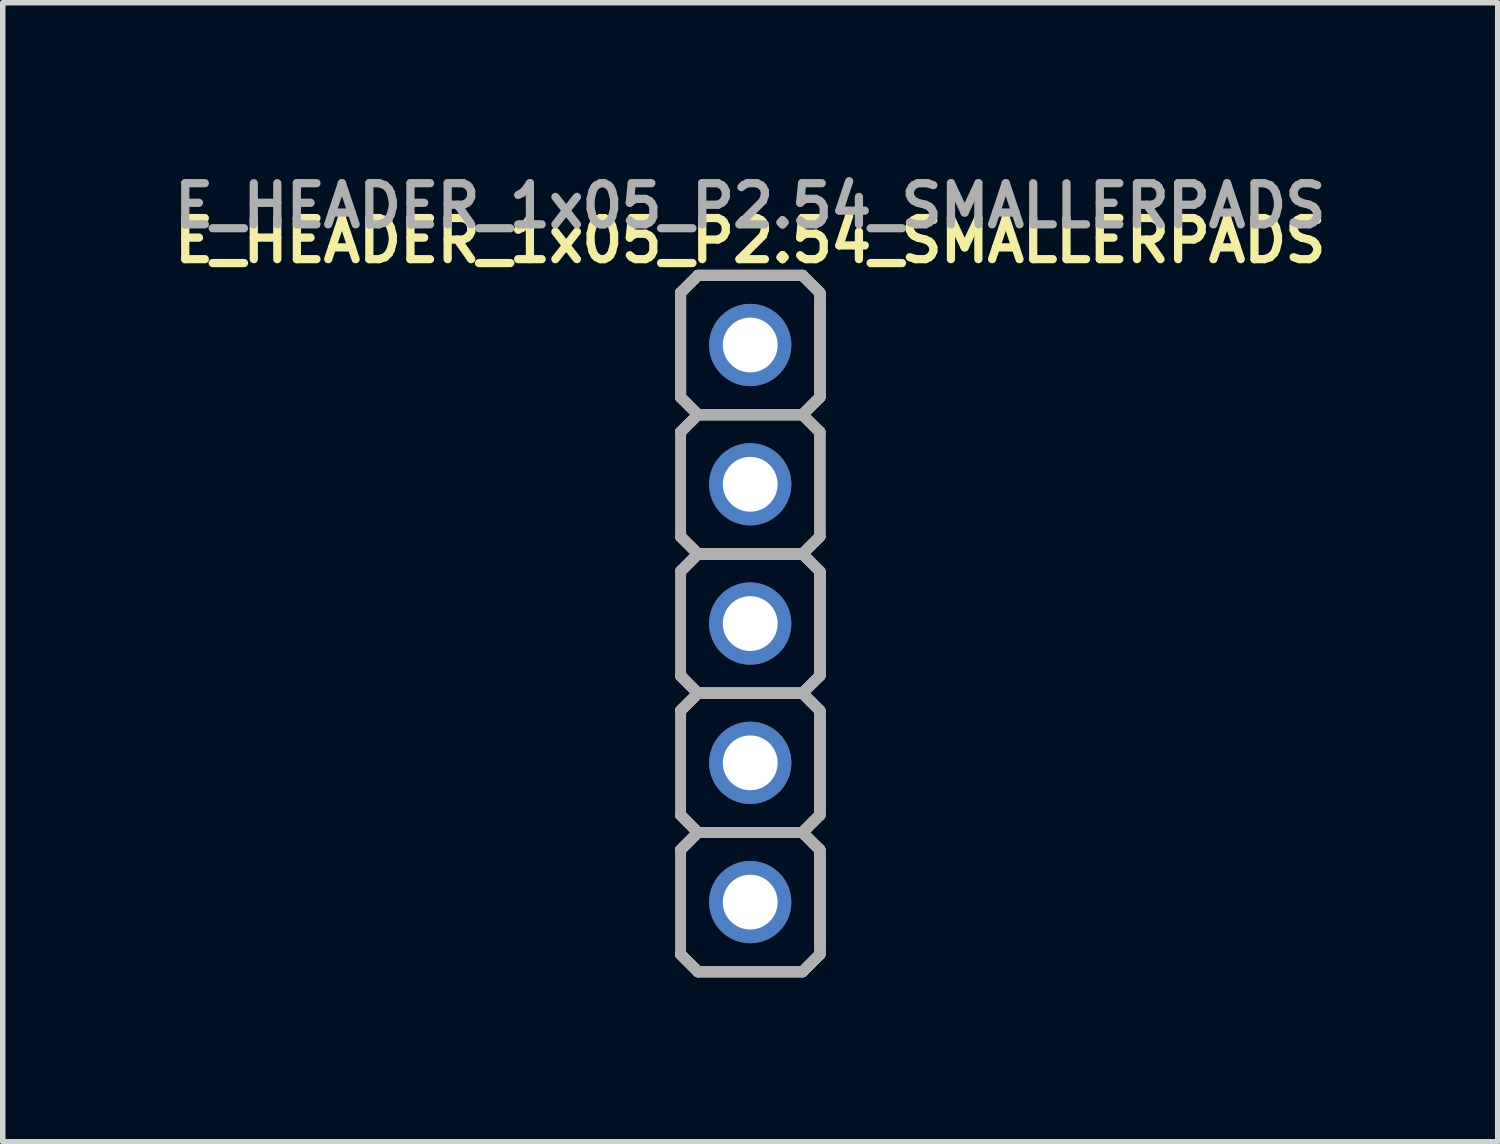
<source format=kicad_pcb>
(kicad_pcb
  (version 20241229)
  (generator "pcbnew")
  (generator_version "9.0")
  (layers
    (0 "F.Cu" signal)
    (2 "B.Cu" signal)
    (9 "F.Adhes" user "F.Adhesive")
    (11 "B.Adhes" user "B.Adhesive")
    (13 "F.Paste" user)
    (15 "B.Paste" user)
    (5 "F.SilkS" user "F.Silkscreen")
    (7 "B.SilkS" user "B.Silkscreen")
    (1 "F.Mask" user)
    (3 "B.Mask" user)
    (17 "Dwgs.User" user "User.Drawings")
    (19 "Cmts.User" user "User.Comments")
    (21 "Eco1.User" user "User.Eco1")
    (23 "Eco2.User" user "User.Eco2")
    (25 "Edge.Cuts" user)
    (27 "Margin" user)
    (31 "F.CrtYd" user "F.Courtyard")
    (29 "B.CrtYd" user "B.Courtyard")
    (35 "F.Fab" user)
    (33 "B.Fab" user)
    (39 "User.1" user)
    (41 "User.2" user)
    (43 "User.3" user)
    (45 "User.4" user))
  (footprint "E_HEADER_1x05_P2.54_SMALLERPADS"
    (layer "F.Cu")
    (at 10.632 3.242)
    (property "Reference" "E_HEADER_1x05_P2.54_SMALLERPADS" (at 0 -1.905 0) (layer "F.SilkS") (effects (font (size 0.75 0.75) (thickness 0.15))))
    (attr through_hole)
    (fp_line (start -1.27 -0.953) (end -1.27 -0.953) (stroke (width 0.2) (type solid)) (layer "F.Fab"))
    (fp_line (start -1.27 -0.953) (end -1.27 -0.953) (stroke (width 0.2) (type solid)) (layer "F.Fab"))
    (fp_line (start -1.27 0.953) (end -1.27 -0.953) (stroke (width 0.2) (type solid)) (layer "F.Fab"))
    (fp_line (start -1.27 0.953) (end -1.27 -0.953) (stroke (width 0.2) (type solid)) (layer "F.Fab"))
    (fp_line (start -1.27 0.953) (end -1.27 -0.953) (stroke (width 0.2) (type solid)) (layer "F.Fab"))
    (fp_line (start -1.27 0.953) (end -1.27 -0.953) (stroke (width 0.2) (type solid)) (layer "F.Fab"))
    (fp_line (start -1.27 0.953) (end -1.27 0.953) (stroke (width 0.2) (type solid)) (layer "F.Fab"))
    (fp_line (start -1.27 0.953) (end -1.27 0.953) (stroke (width 0.2) (type solid)) (layer "F.Fab"))
    (fp_line (start -1.27 3.493) (end -1.27 1.587) (stroke (width 0.2) (type solid)) (layer "F.Fab"))
    (fp_line (start -1.27 6.032) (end -1.27 4.128) (stroke (width 0.2) (type solid)) (layer "F.Fab"))
    (fp_line (start -1.27 8.572) (end -1.27 6.668) (stroke (width 0.2) (type solid)) (layer "F.Fab"))
    (fp_line (start -1.27 11.113) (end -1.27 9.207) (stroke (width 0.2) (type solid)) (layer "F.Fab"))
    (fp_line (start -0.953 -1.27) (end -1.27 -0.953) (stroke (width 0.2) (type solid)) (layer "F.Fab"))
    (fp_line (start -0.953 -1.27) (end -1.27 -0.953) (stroke (width 0.2) (type solid)) (layer "F.Fab"))
    (fp_line (start -0.953 -1.27) (end -1.27 -0.953) (stroke (width 0.2) (type solid)) (layer "F.Fab"))
    (fp_line (start -0.953 -1.27) (end -1.27 -0.953) (stroke (width 0.2) (type solid)) (layer "F.Fab"))
    (fp_line (start -0.953 -1.27) (end -0.953 -1.27) (stroke (width 0.2) (type solid)) (layer "F.Fab"))
    (fp_line (start -0.953 -1.27) (end -0.953 -1.27) (stroke (width 0.2) (type solid)) (layer "F.Fab"))
    (fp_line (start -0.953 -1.27) (end 0.953 -1.27) (stroke (width 0.2) (type solid)) (layer "F.Fab"))
    (fp_line (start -0.953 -1.27) (end 0.953 -1.27) (stroke (width 0.2) (type solid)) (layer "F.Fab"))
    (fp_line (start -0.953 -1.27) (end 0.953 -1.27) (stroke (width 0.2) (type solid)) (layer "F.Fab"))
    (fp_line (start -0.953 -1.27) (end 0.953 -1.27) (stroke (width 0.2) (type solid)) (layer "F.Fab"))
    (fp_line (start -0.953 1.27) (end -1.27 0.953) (stroke (width 0.2) (type solid)) (layer "F.Fab"))
    (fp_line (start -0.953 1.27) (end -1.27 0.953) (stroke (width 0.2) (type solid)) (layer "F.Fab"))
    (fp_line (start -0.953 1.27) (end -1.27 0.953) (stroke (width 0.2) (type solid)) (layer "F.Fab"))
    (fp_line (start -0.953 1.27) (end -1.27 0.953) (stroke (width 0.2) (type solid)) (layer "F.Fab"))
    (fp_line (start -0.953 1.27) (end -1.27 1.587) (stroke (width 0.2) (type solid)) (layer "F.Fab"))
    (fp_line (start -0.953 1.27) (end -1.27 1.587) (stroke (width 0.2) (type solid)) (layer "F.Fab"))
    (fp_line (start -0.953 1.27) (end -1.27 1.587) (stroke (width 0.2) (type solid)) (layer "F.Fab"))
    (fp_line (start -0.953 1.27) (end -1.27 1.587) (stroke (width 0.2) (type solid)) (layer "F.Fab"))
    (fp_line (start -0.953 1.27) (end -0.953 1.27) (stroke (width 0.2) (type solid)) (layer "F.Fab"))
    (fp_line (start -0.953 1.27) (end -0.953 1.27) (stroke (width 0.2) (type solid)) (layer "F.Fab"))
    (fp_line (start -0.953 1.27) (end -0.953 1.27) (stroke (width 0.2) (type solid)) (layer "F.Fab"))
    (fp_line (start -0.953 1.27) (end -0.953 1.27) (stroke (width 0.2) (type solid)) (layer "F.Fab"))
    (fp_line (start -0.953 1.27) (end 0.953 1.27) (stroke (width 0.2) (type solid)) (layer "F.Fab"))
    (fp_line (start -0.953 1.27) (end 0.953 1.27) (stroke (width 0.2) (type solid)) (layer "F.Fab"))
    (fp_line (start -0.953 1.27) (end 0.953 1.27) (stroke (width 0.2) (type solid)) (layer "F.Fab"))
    (fp_line (start -0.953 1.27) (end 0.953 1.27) (stroke (width 0.2) (type solid)) (layer "F.Fab"))
    (fp_line (start -0.953 3.81) (end -1.27 3.493) (stroke (width 0.2) (type solid)) (layer "F.Fab"))
    (fp_line (start -0.953 3.81) (end -1.27 3.493) (stroke (width 0.2) (type solid)) (layer "F.Fab"))
    (fp_line (start -0.953 3.81) (end -1.27 3.493) (stroke (width 0.2) (type solid)) (layer "F.Fab"))
    (fp_line (start -0.953 3.81) (end -1.27 3.493) (stroke (width 0.2) (type solid)) (layer "F.Fab"))
    (fp_line (start -0.953 3.81) (end -1.27 4.128) (stroke (width 0.2) (type solid)) (layer "F.Fab"))
    (fp_line (start -0.953 3.81) (end -1.27 4.128) (stroke (width 0.2) (type solid)) (layer "F.Fab"))
    (fp_line (start -0.953 3.81) (end -1.27 4.128) (stroke (width 0.2) (type solid)) (layer "F.Fab"))
    (fp_line (start -0.953 3.81) (end -1.27 4.128) (stroke (width 0.2) (type solid)) (layer "F.Fab"))
    (fp_line (start -0.953 3.81) (end -0.953 3.81) (stroke (width 0.2) (type solid)) (layer "F.Fab"))
    (fp_line (start -0.953 3.81) (end -0.953 3.81) (stroke (width 0.2) (type solid)) (layer "F.Fab"))
    (fp_line (start -0.953 3.81) (end -0.953 3.81) (stroke (width 0.2) (type solid)) (layer "F.Fab"))
    (fp_line (start -0.953 3.81) (end -0.953 3.81) (stroke (width 0.2) (type solid)) (layer "F.Fab"))
    (fp_line (start -0.953 3.81) (end 0.953 3.81) (stroke (width 0.2) (type solid)) (layer "F.Fab"))
    (fp_line (start -0.953 3.81) (end 0.953 3.81) (stroke (width 0.2) (type solid)) (layer "F.Fab"))
    (fp_line (start -0.953 3.81) (end 0.953 3.81) (stroke (width 0.2) (type solid)) (layer "F.Fab"))
    (fp_line (start -0.953 3.81) (end 0.953 3.81) (stroke (width 0.2) (type solid)) (layer "F.Fab"))
    (fp_line (start -0.953 6.35) (end -1.27 6.032) (stroke (width 0.2) (type solid)) (layer "F.Fab"))
    (fp_line (start -0.953 6.35) (end -1.27 6.032) (stroke (width 0.2) (type solid)) (layer "F.Fab"))
    (fp_line (start -0.953 6.35) (end -1.27 6.032) (stroke (width 0.2) (type solid)) (layer "F.Fab"))
    (fp_line (start -0.953 6.35) (end -1.27 6.032) (stroke (width 0.2) (type solid)) (layer "F.Fab"))
    (fp_line (start -0.953 6.35) (end -1.27 6.668) (stroke (width 0.2) (type solid)) (layer "F.Fab"))
    (fp_line (start -0.953 6.35) (end -1.27 6.668) (stroke (width 0.2) (type solid)) (layer "F.Fab"))
    (fp_line (start -0.953 6.35) (end -1.27 6.668) (stroke (width 0.2) (type solid)) (layer "F.Fab"))
    (fp_line (start -0.953 6.35) (end -1.27 6.668) (stroke (width 0.2) (type solid)) (layer "F.Fab"))
    (fp_line (start -0.953 6.35) (end -0.953 6.35) (stroke (width 0.2) (type solid)) (layer "F.Fab"))
    (fp_line (start -0.953 6.35) (end -0.953 6.35) (stroke (width 0.2) (type solid)) (layer "F.Fab"))
    (fp_line (start -0.953 6.35) (end -0.953 6.35) (stroke (width 0.2) (type solid)) (layer "F.Fab"))
    (fp_line (start -0.953 6.35) (end -0.953 6.35) (stroke (width 0.2) (type solid)) (layer "F.Fab"))
    (fp_line (start -0.953 6.35) (end 0.953 6.35) (stroke (width 0.2) (type solid)) (layer "F.Fab"))
    (fp_line (start -0.953 6.35) (end 0.953 6.35) (stroke (width 0.2) (type solid)) (layer "F.Fab"))
    (fp_line (start -0.953 6.35) (end 0.953 6.35) (stroke (width 0.2) (type solid)) (layer "F.Fab"))
    (fp_line (start -0.953 6.35) (end 0.953 6.35) (stroke (width 0.2) (type solid)) (layer "F.Fab"))
    (fp_line (start -0.953 8.89) (end -1.27 8.572) (stroke (width 0.2) (type solid)) (layer "F.Fab"))
    (fp_line (start -0.953 8.89) (end -1.27 8.572) (stroke (width 0.2) (type solid)) (layer "F.Fab"))
    (fp_line (start -0.953 8.89) (end -1.27 8.572) (stroke (width 0.2) (type solid)) (layer "F.Fab"))
    (fp_line (start -0.953 8.89) (end -1.27 8.572) (stroke (width 0.2) (type solid)) (layer "F.Fab"))
    (fp_line (start -0.953 8.89) (end -1.27 9.207) (stroke (width 0.2) (type solid)) (layer "F.Fab"))
    (fp_line (start -0.953 8.89) (end -1.27 9.207) (stroke (width 0.2) (type solid)) (layer "F.Fab"))
    (fp_line (start -0.953 8.89) (end -1.27 9.207) (stroke (width 0.2) (type solid)) (layer "F.Fab"))
    (fp_line (start -0.953 8.89) (end -1.27 9.207) (stroke (width 0.2) (type solid)) (layer "F.Fab"))
    (fp_line (start -0.953 8.89) (end -0.953 8.89) (stroke (width 0.2) (type solid)) (layer "F.Fab"))
    (fp_line (start -0.953 8.89) (end -0.953 8.89) (stroke (width 0.2) (type solid)) (layer "F.Fab"))
    (fp_line (start -0.953 8.89) (end -0.953 8.89) (stroke (width 0.2) (type solid)) (layer "F.Fab"))
    (fp_line (start -0.953 8.89) (end -0.953 8.89) (stroke (width 0.2) (type solid)) (layer "F.Fab"))
    (fp_line (start -0.953 8.89) (end 0.953 8.89) (stroke (width 0.2) (type solid)) (layer "F.Fab"))
    (fp_line (start -0.953 8.89) (end 0.953 8.89) (stroke (width 0.2) (type solid)) (layer "F.Fab"))
    (fp_line (start -0.953 8.89) (end 0.953 8.89) (stroke (width 0.2) (type solid)) (layer "F.Fab"))
    (fp_line (start -0.953 8.89) (end 0.953 8.89) (stroke (width 0.2) (type solid)) (layer "F.Fab"))
    (fp_line (start -0.953 11.43) (end -1.27 11.113) (stroke (width 0.2) (type solid)) (layer "F.Fab"))
    (fp_line (start -0.953 11.43) (end -1.27 11.113) (stroke (width 0.2) (type solid)) (layer "F.Fab"))
    (fp_line (start -0.953 11.43) (end -1.27 11.113) (stroke (width 0.2) (type solid)) (layer "F.Fab"))
    (fp_line (start -0.953 11.43) (end -1.27 11.113) (stroke (width 0.2) (type solid)) (layer "F.Fab"))
    (fp_line (start -0.953 11.43) (end -0.953 11.43) (stroke (width 0.2) (type solid)) (layer "F.Fab"))
    (fp_line (start -0.953 11.43) (end -0.953 11.43) (stroke (width 0.2) (type solid)) (layer "F.Fab"))
    (fp_line (start 0.953 -1.27) (end 0.953 -1.27) (stroke (width 0.2) (type solid)) (layer "F.Fab"))
    (fp_line (start 0.953 -1.27) (end 0.953 -1.27) (stroke (width 0.2) (type solid)) (layer "F.Fab"))
    (fp_line (start 0.953 -1.27) (end 1.27 -0.953) (stroke (width 0.2) (type solid)) (layer "F.Fab"))
    (fp_line (start 0.953 -1.27) (end 1.27 -0.953) (stroke (width 0.2) (type solid)) (layer "F.Fab"))
    (fp_line (start 0.953 -1.27) (end 1.27 -0.953) (stroke (width 0.2) (type solid)) (layer "F.Fab"))
    (fp_line (start 0.953 -1.27) (end 1.27 -0.953) (stroke (width 0.2) (type solid)) (layer "F.Fab"))
    (fp_line (start 0.953 1.27) (end -0.953 1.27) (stroke (width 0.2) (type solid)) (layer "F.Fab"))
    (fp_line (start 0.953 1.27) (end -0.953 1.27) (stroke (width 0.2) (type solid)) (layer "F.Fab"))
    (fp_line (start 0.953 1.27) (end -0.953 1.27) (stroke (width 0.2) (type solid)) (layer "F.Fab"))
    (fp_line (start 0.953 1.27) (end -0.953 1.27) (stroke (width 0.2) (type solid)) (layer "F.Fab"))
    (fp_line (start 0.953 1.27) (end 0.953 1.27) (stroke (width 0.2) (type solid)) (layer "F.Fab"))
    (fp_line (start 0.953 1.27) (end 0.953 1.27) (stroke (width 0.2) (type solid)) (layer "F.Fab"))
    (fp_line (start 0.953 1.27) (end 0.953 1.27) (stroke (width 0.2) (type solid)) (layer "F.Fab"))
    (fp_line (start 0.953 1.27) (end 0.953 1.27) (stroke (width 0.2) (type solid)) (layer "F.Fab"))
    (fp_line (start 0.953 1.27) (end 1.27 1.587) (stroke (width 0.2) (type solid)) (layer "F.Fab"))
    (fp_line (start 0.953 1.27) (end 1.27 1.587) (stroke (width 0.2) (type solid)) (layer "F.Fab"))
    (fp_line (start 0.953 1.27) (end 1.27 1.587) (stroke (width 0.2) (type solid)) (layer "F.Fab"))
    (fp_line (start 0.953 1.27) (end 1.27 1.587) (stroke (width 0.2) (type solid)) (layer "F.Fab"))
    (fp_line (start 0.953 3.81) (end -0.953 3.81) (stroke (width 0.2) (type solid)) (layer "F.Fab"))
    (fp_line (start 0.953 3.81) (end -0.953 3.81) (stroke (width 0.2) (type solid)) (layer "F.Fab"))
    (fp_line (start 0.953 3.81) (end -0.953 3.81) (stroke (width 0.2) (type solid)) (layer "F.Fab"))
    (fp_line (start 0.953 3.81) (end -0.953 3.81) (stroke (width 0.2) (type solid)) (layer "F.Fab"))
    (fp_line (start 0.953 3.81) (end 0.953 3.81) (stroke (width 0.2) (type solid)) (layer "F.Fab"))
    (fp_line (start 0.953 3.81) (end 0.953 3.81) (stroke (width 0.2) (type solid)) (layer "F.Fab"))
    (fp_line (start 0.953 3.81) (end 0.953 3.81) (stroke (width 0.2) (type solid)) (layer "F.Fab"))
    (fp_line (start 0.953 3.81) (end 0.953 3.81) (stroke (width 0.2) (type solid)) (layer "F.Fab"))
    (fp_line (start 0.953 3.81) (end 1.27 4.128) (stroke (width 0.2) (type solid)) (layer "F.Fab"))
    (fp_line (start 0.953 3.81) (end 1.27 4.128) (stroke (width 0.2) (type solid)) (layer "F.Fab"))
    (fp_line (start 0.953 3.81) (end 1.27 4.128) (stroke (width 0.2) (type solid)) (layer "F.Fab"))
    (fp_line (start 0.953 3.81) (end 1.27 4.128) (stroke (width 0.2) (type solid)) (layer "F.Fab"))
    (fp_line (start 0.953 6.35) (end -0.953 6.35) (stroke (width 0.2) (type solid)) (layer "F.Fab"))
    (fp_line (start 0.953 6.35) (end -0.953 6.35) (stroke (width 0.2) (type solid)) (layer "F.Fab"))
    (fp_line (start 0.953 6.35) (end -0.953 6.35) (stroke (width 0.2) (type solid)) (layer "F.Fab"))
    (fp_line (start 0.953 6.35) (end -0.953 6.35) (stroke (width 0.2) (type solid)) (layer "F.Fab"))
    (fp_line (start 0.953 6.35) (end 0.953 6.35) (stroke (width 0.2) (type solid)) (layer "F.Fab"))
    (fp_line (start 0.953 6.35) (end 0.953 6.35) (stroke (width 0.2) (type solid)) (layer "F.Fab"))
    (fp_line (start 0.953 6.35) (end 0.953 6.35) (stroke (width 0.2) (type solid)) (layer "F.Fab"))
    (fp_line (start 0.953 6.35) (end 0.953 6.35) (stroke (width 0.2) (type solid)) (layer "F.Fab"))
    (fp_line (start 0.953 6.35) (end 1.27 6.668) (stroke (width 0.2) (type solid)) (layer "F.Fab"))
    (fp_line (start 0.953 6.35) (end 1.27 6.668) (stroke (width 0.2) (type solid)) (layer "F.Fab"))
    (fp_line (start 0.953 6.35) (end 1.27 6.668) (stroke (width 0.2) (type solid)) (layer "F.Fab"))
    (fp_line (start 0.953 6.35) (end 1.27 6.668) (stroke (width 0.2) (type solid)) (layer "F.Fab"))
    (fp_line (start 0.953 8.89) (end -0.953 8.89) (stroke (width 0.2) (type solid)) (layer "F.Fab"))
    (fp_line (start 0.953 8.89) (end -0.953 8.89) (stroke (width 0.2) (type solid)) (layer "F.Fab"))
    (fp_line (start 0.953 8.89) (end -0.953 8.89) (stroke (width 0.2) (type solid)) (layer "F.Fab"))
    (fp_line (start 0.953 8.89) (end -0.953 8.89) (stroke (width 0.2) (type solid)) (layer "F.Fab"))
    (fp_line (start 0.953 8.89) (end 0.953 8.89) (stroke (width 0.2) (type solid)) (layer "F.Fab"))
    (fp_line (start 0.953 8.89) (end 0.953 8.89) (stroke (width 0.2) (type solid)) (layer "F.Fab"))
    (fp_line (start 0.953 8.89) (end 0.953 8.89) (stroke (width 0.2) (type solid)) (layer "F.Fab"))
    (fp_line (start 0.953 8.89) (end 0.953 8.89) (stroke (width 0.2) (type solid)) (layer "F.Fab"))
    (fp_line (start 0.953 8.89) (end 1.27 9.207) (stroke (width 0.2) (type solid)) (layer "F.Fab"))
    (fp_line (start 0.953 8.89) (end 1.27 9.207) (stroke (width 0.2) (type solid)) (layer "F.Fab"))
    (fp_line (start 0.953 8.89) (end 1.27 9.207) (stroke (width 0.2) (type solid)) (layer "F.Fab"))
    (fp_line (start 0.953 8.89) (end 1.27 9.207) (stroke (width 0.2) (type solid)) (layer "F.Fab"))
    (fp_line (start 0.953 11.43) (end -0.953 11.43) (stroke (width 0.2) (type solid)) (layer "F.Fab"))
    (fp_line (start 0.953 11.43) (end -0.953 11.43) (stroke (width 0.2) (type solid)) (layer "F.Fab"))
    (fp_line (start 0.953 11.43) (end -0.953 11.43) (stroke (width 0.2) (type solid)) (layer "F.Fab"))
    (fp_line (start 0.953 11.43) (end -0.953 11.43) (stroke (width 0.2) (type solid)) (layer "F.Fab"))
    (fp_line (start 0.953 11.43) (end 0.953 11.43) (stroke (width 0.2) (type solid)) (layer "F.Fab"))
    (fp_line (start 0.953 11.43) (end 0.953 11.43) (stroke (width 0.2) (type solid)) (layer "F.Fab"))
    (fp_line (start 1.27 -0.953) (end 1.27 -0.953) (stroke (width 0.2) (type solid)) (layer "F.Fab"))
    (fp_line (start 1.27 -0.953) (end 1.27 -0.953) (stroke (width 0.2) (type solid)) (layer "F.Fab"))
    (fp_line (start 1.27 -0.953) (end 1.27 -0.953) (stroke (width 0.2) (type solid)) (layer "F.Fab"))
    (fp_line (start 1.27 -0.953) (end 1.27 -0.953) (stroke (width 0.2) (type solid)) (layer "F.Fab"))
    (fp_line (start 1.27 -0.953) (end 1.27 0.953) (stroke (width 0.2) (type solid)) (layer "F.Fab"))
    (fp_line (start 1.27 -0.953) (end 1.27 0.953) (stroke (width 0.2) (type solid)) (layer "F.Fab"))
    (fp_line (start 1.27 -0.953) (end 1.27 0.953) (stroke (width 0.2) (type solid)) (layer "F.Fab"))
    (fp_line (start 1.27 -0.953) (end 1.27 0.953) (stroke (width 0.2) (type solid)) (layer "F.Fab"))
    (fp_line (start 1.27 0.953) (end 0.953 1.27) (stroke (width 0.2) (type solid)) (layer "F.Fab"))
    (fp_line (start 1.27 0.953) (end 0.953 1.27) (stroke (width 0.2) (type solid)) (layer "F.Fab"))
    (fp_line (start 1.27 0.953) (end 0.953 1.27) (stroke (width 0.2) (type solid)) (layer "F.Fab"))
    (fp_line (start 1.27 0.953) (end 0.953 1.27) (stroke (width 0.2) (type solid)) (layer "F.Fab"))
    (fp_line (start 1.27 0.953) (end 1.27 -0.953) (stroke (width 0.2) (type solid)) (layer "F.Fab"))
    (fp_line (start 1.27 0.953) (end 1.27 -0.953) (stroke (width 0.2) (type solid)) (layer "F.Fab"))
    (fp_line (start 1.27 0.953) (end 1.27 -0.953) (stroke (width 0.2) (type solid)) (layer "F.Fab"))
    (fp_line (start 1.27 0.953) (end 1.27 -0.953) (stroke (width 0.2) (type solid)) (layer "F.Fab"))
    (fp_line (start 1.27 0.953) (end 1.27 0.953) (stroke (width 0.2) (type solid)) (layer "F.Fab"))
    (fp_line (start 1.27 0.953) (end 1.27 0.953) (stroke (width 0.2) (type solid)) (layer "F.Fab"))
    (fp_line (start 1.27 0.953) (end 1.27 0.953) (stroke (width 0.2) (type solid)) (layer "F.Fab"))
    (fp_line (start 1.27 0.953) (end 1.27 0.953) (stroke (width 0.2) (type solid)) (layer "F.Fab"))
    (fp_line (start 1.27 1.587) (end 1.27 1.587) (stroke (width 0.2) (type solid)) (layer "F.Fab"))
    (fp_line (start 1.27 1.587) (end 1.27 1.587) (stroke (width 0.2) (type solid)) (layer "F.Fab"))
    (fp_line (start 1.27 1.587) (end 1.27 3.493) (stroke (width 0.2) (type solid)) (layer "F.Fab"))
    (fp_line (start 1.27 1.587) (end 1.27 3.493) (stroke (width 0.2) (type solid)) (layer "F.Fab"))
    (fp_line (start 1.27 1.587) (end 1.27 3.493) (stroke (width 0.2) (type solid)) (layer "F.Fab"))
    (fp_line (start 1.27 1.587) (end 1.27 3.493) (stroke (width 0.2) (type solid)) (layer "F.Fab"))
    (fp_line (start 1.27 3.493) (end 0.953 3.81) (stroke (width 0.2) (type solid)) (layer "F.Fab"))
    (fp_line (start 1.27 3.493) (end 0.953 3.81) (stroke (width 0.2) (type solid)) (layer "F.Fab"))
    (fp_line (start 1.27 3.493) (end 0.953 3.81) (stroke (width 0.2) (type solid)) (layer "F.Fab"))
    (fp_line (start 1.27 3.493) (end 0.953 3.81) (stroke (width 0.2) (type solid)) (layer "F.Fab"))
    (fp_line (start 1.27 3.493) (end 1.27 3.493) (stroke (width 0.2) (type solid)) (layer "F.Fab"))
    (fp_line (start 1.27 3.493) (end 1.27 3.493) (stroke (width 0.2) (type solid)) (layer "F.Fab"))
    (fp_line (start 1.27 4.128) (end 1.27 4.128) (stroke (width 0.2) (type solid)) (layer "F.Fab"))
    (fp_line (start 1.27 4.128) (end 1.27 4.128) (stroke (width 0.2) (type solid)) (layer "F.Fab"))
    (fp_line (start 1.27 4.128) (end 1.27 4.128) (stroke (width 0.2) (type solid)) (layer "F.Fab"))
    (fp_line (start 1.27 4.128) (end 1.27 4.128) (stroke (width 0.2) (type solid)) (layer "F.Fab"))
    (fp_line (start 1.27 4.128) (end 1.27 6.032) (stroke (width 0.2) (type solid)) (layer "F.Fab"))
    (fp_line (start 1.27 4.128) (end 1.27 6.032) (stroke (width 0.2) (type solid)) (layer "F.Fab"))
    (fp_line (start 1.27 4.128) (end 1.27 6.032) (stroke (width 0.2) (type solid)) (layer "F.Fab"))
    (fp_line (start 1.27 4.128) (end 1.27 6.032) (stroke (width 0.2) (type solid)) (layer "F.Fab"))
    (fp_line (start 1.27 6.032) (end 0.953 6.35) (stroke (width 0.2) (type solid)) (layer "F.Fab"))
    (fp_line (start 1.27 6.032) (end 0.953 6.35) (stroke (width 0.2) (type solid)) (layer "F.Fab"))
    (fp_line (start 1.27 6.032) (end 0.953 6.35) (stroke (width 0.2) (type solid)) (layer "F.Fab"))
    (fp_line (start 1.27 6.032) (end 0.953 6.35) (stroke (width 0.2) (type solid)) (layer "F.Fab"))
    (fp_line (start 1.27 6.032) (end 1.27 4.128) (stroke (width 0.2) (type solid)) (layer "F.Fab"))
    (fp_line (start 1.27 6.032) (end 1.27 4.128) (stroke (width 0.2) (type solid)) (layer "F.Fab"))
    (fp_line (start 1.27 6.032) (end 1.27 4.128) (stroke (width 0.2) (type solid)) (layer "F.Fab"))
    (fp_line (start 1.27 6.032) (end 1.27 4.128) (stroke (width 0.2) (type solid)) (layer "F.Fab"))
    (fp_line (start 1.27 6.032) (end 1.27 6.032) (stroke (width 0.2) (type solid)) (layer "F.Fab"))
    (fp_line (start 1.27 6.032) (end 1.27 6.032) (stroke (width 0.2) (type solid)) (layer "F.Fab"))
    (fp_line (start 1.27 6.032) (end 1.27 6.032) (stroke (width 0.2) (type solid)) (layer "F.Fab"))
    (fp_line (start 1.27 6.032) (end 1.27 6.032) (stroke (width 0.2) (type solid)) (layer "F.Fab"))
    (fp_line (start 1.27 6.668) (end 1.27 6.668) (stroke (width 0.2) (type solid)) (layer "F.Fab"))
    (fp_line (start 1.27 6.668) (end 1.27 6.668) (stroke (width 0.2) (type solid)) (layer "F.Fab"))
    (fp_line (start 1.27 6.668) (end 1.27 6.668) (stroke (width 0.2) (type solid)) (layer "F.Fab"))
    (fp_line (start 1.27 6.668) (end 1.27 6.668) (stroke (width 0.2) (type solid)) (layer "F.Fab"))
    (fp_line (start 1.27 6.668) (end 1.27 8.572) (stroke (width 0.2) (type solid)) (layer "F.Fab"))
    (fp_line (start 1.27 6.668) (end 1.27 8.572) (stroke (width 0.2) (type solid)) (layer "F.Fab"))
    (fp_line (start 1.27 6.668) (end 1.27 8.572) (stroke (width 0.2) (type solid)) (layer "F.Fab"))
    (fp_line (start 1.27 6.668) (end 1.27 8.572) (stroke (width 0.2) (type solid)) (layer "F.Fab"))
    (fp_line (start 1.27 8.572) (end 0.953 8.89) (stroke (width 0.2) (type solid)) (layer "F.Fab"))
    (fp_line (start 1.27 8.572) (end 0.953 8.89) (stroke (width 0.2) (type solid)) (layer "F.Fab"))
    (fp_line (start 1.27 8.572) (end 0.953 8.89) (stroke (width 0.2) (type solid)) (layer "F.Fab"))
    (fp_line (start 1.27 8.572) (end 0.953 8.89) (stroke (width 0.2) (type solid)) (layer "F.Fab"))
    (fp_line (start 1.27 8.572) (end 1.27 6.668) (stroke (width 0.2) (type solid)) (layer "F.Fab"))
    (fp_line (start 1.27 8.572) (end 1.27 6.668) (stroke (width 0.2) (type solid)) (layer "F.Fab"))
    (fp_line (start 1.27 8.572) (end 1.27 6.668) (stroke (width 0.2) (type solid)) (layer "F.Fab"))
    (fp_line (start 1.27 8.572) (end 1.27 6.668) (stroke (width 0.2) (type solid)) (layer "F.Fab"))
    (fp_line (start 1.27 8.572) (end 1.27 8.572) (stroke (width 0.2) (type solid)) (layer "F.Fab"))
    (fp_line (start 1.27 8.572) (end 1.27 8.572) (stroke (width 0.2) (type solid)) (layer "F.Fab"))
    (fp_line (start 1.27 8.572) (end 1.27 8.572) (stroke (width 0.2) (type solid)) (layer "F.Fab"))
    (fp_line (start 1.27 8.572) (end 1.27 8.572) (stroke (width 0.2) (type solid)) (layer "F.Fab"))
    (fp_line (start 1.27 9.207) (end 1.27 9.207) (stroke (width 0.2) (type solid)) (layer "F.Fab"))
    (fp_line (start 1.27 9.207) (end 1.27 9.207) (stroke (width 0.2) (type solid)) (layer "F.Fab"))
    (fp_line (start 1.27 9.207) (end 1.27 9.207) (stroke (width 0.2) (type solid)) (layer "F.Fab"))
    (fp_line (start 1.27 9.207) (end 1.27 9.207) (stroke (width 0.2) (type solid)) (layer "F.Fab"))
    (fp_line (start 1.27 9.207) (end 1.27 11.113) (stroke (width 0.2) (type solid)) (layer "F.Fab"))
    (fp_line (start 1.27 9.207) (end 1.27 11.113) (stroke (width 0.2) (type solid)) (layer "F.Fab"))
    (fp_line (start 1.27 9.207) (end 1.27 11.113) (stroke (width 0.2) (type solid)) (layer "F.Fab"))
    (fp_line (start 1.27 9.207) (end 1.27 11.113) (stroke (width 0.2) (type solid)) (layer "F.Fab"))
    (fp_line (start 1.27 11.113) (end 0.953 11.43) (stroke (width 0.2) (type solid)) (layer "F.Fab"))
    (fp_line (start 1.27 11.113) (end 0.953 11.43) (stroke (width 0.2) (type solid)) (layer "F.Fab"))
    (fp_line (start 1.27 11.113) (end 0.953 11.43) (stroke (width 0.2) (type solid)) (layer "F.Fab"))
    (fp_line (start 1.27 11.113) (end 0.953 11.43) (stroke (width 0.2) (type solid)) (layer "F.Fab"))
    (fp_line (start 1.27 11.113) (end 1.27 9.207) (stroke (width 0.2) (type solid)) (layer "F.Fab"))
    (fp_line (start 1.27 11.113) (end 1.27 9.207) (stroke (width 0.2) (type solid)) (layer "F.Fab"))
    (fp_line (start 1.27 11.113) (end 1.27 9.207) (stroke (width 0.2) (type solid)) (layer "F.Fab"))
    (fp_line (start 1.27 11.113) (end 1.27 9.207) (stroke (width 0.2) (type solid)) (layer "F.Fab"))
    (fp_line (start 1.27 11.113) (end 1.27 11.113) (stroke (width 0.2) (type solid)) (layer "F.Fab"))
    (fp_line (start 1.27 11.113) (end 1.27 11.113) (stroke (width 0.2) (type solid)) (layer "F.Fab"))
    (fp_line (start 1.27 11.113) (end 1.27 11.113) (stroke (width 0.2) (type solid)) (layer "F.Fab"))
    (fp_line (start 1.27 11.113) (end 1.27 11.113) (stroke (width 0.2) (type solid)) (layer "F.Fab"))
    (fp_text user "${REFERENCE}" (at 0 -2.54 180) (layer "F.Fab") (effects (font (size 0.75 0.75) (thickness 0.15))))
    (pad "1" thru_hole circle (at 0 0) (size 1.5 1.5) (drill 1) (layers "*.Cu" "*.Mask"))
    (pad "2" thru_hole circle (at 0 2.54) (size 1.5 1.5) (drill 1) (layers "*.Cu" "*.Mask"))
    (pad "3" thru_hole circle (at 0 5.08) (size 1.5 1.5) (drill 1) (layers "*.Cu" "*.Mask"))
    (pad "4" thru_hole circle (at 0 7.62) (size 1.5 1.5) (drill 1) (layers "*.Cu" "*.Mask"))
    (pad "5" thru_hole circle (at 0 10.16) (size 1.5 1.5) (drill 1) (layers "*.Cu" "*.Mask")))
  (gr_rect
    (start -3 -3)
    (end 24.264 17.772)
    (stroke (width 0.1) (type default))
    (fill no)
    (layer "Edge.Cuts")))
</source>
